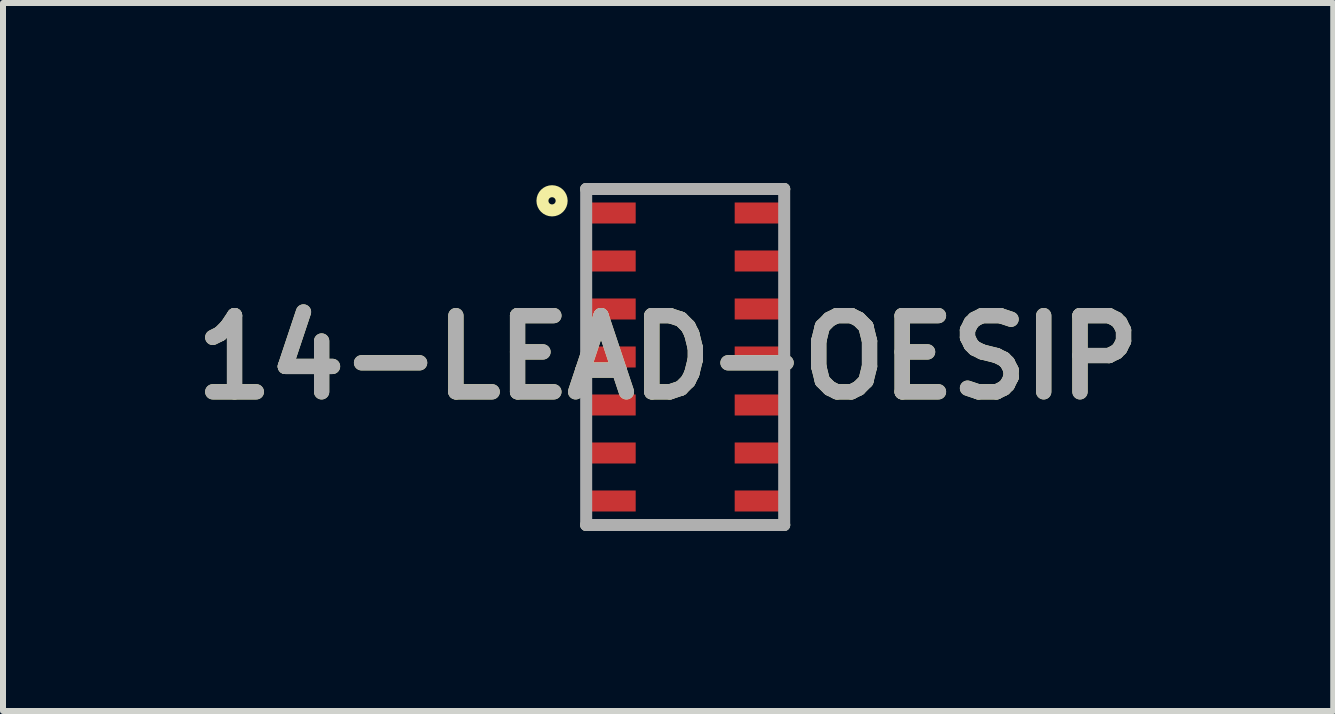
<source format=kicad_pcb>
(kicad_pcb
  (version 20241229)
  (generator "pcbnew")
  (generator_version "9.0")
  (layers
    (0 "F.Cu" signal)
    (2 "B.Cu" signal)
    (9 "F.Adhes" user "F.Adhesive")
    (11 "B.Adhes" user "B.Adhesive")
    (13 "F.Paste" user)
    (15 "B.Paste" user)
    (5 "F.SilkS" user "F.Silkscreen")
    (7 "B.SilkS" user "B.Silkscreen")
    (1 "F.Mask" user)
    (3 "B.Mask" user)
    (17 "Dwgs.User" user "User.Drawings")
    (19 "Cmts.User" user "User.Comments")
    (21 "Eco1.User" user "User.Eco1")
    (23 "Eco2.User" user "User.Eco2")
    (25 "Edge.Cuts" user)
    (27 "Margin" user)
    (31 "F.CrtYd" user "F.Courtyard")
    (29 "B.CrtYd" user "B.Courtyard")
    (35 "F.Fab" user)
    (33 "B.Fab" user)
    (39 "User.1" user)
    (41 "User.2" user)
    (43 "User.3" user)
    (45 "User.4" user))
  (footprint "14-LEAD-OESIP"
    (layer "F.Cu")
    (at 8.37 2.9)
    (property "Reference" "14-LEAD-OESIP" (at -0.284 0.006 0) (layer "F.SilkS") (effects (font (size 1.27 1.27) (thickness 0.254))))
    (attr smd)
    (fp_line (start -1.65 -2.8) (end 1.65 -2.8) (stroke (width 0.2) (type solid)) (layer "F.SilkS"))
    (fp_line (start 1.65 2.8) (end -1.65 2.8) (stroke (width 0.2) (type solid)) (layer "F.SilkS"))
    (fp_circle (center -2.219 -2.603) (end -2.219 -2.543) (stroke (width 0.2) (type solid)) (fill no) (layer "F.SilkS"))
    (fp_line (start -1.65 -2.8) (end 1.65 -2.8) (stroke (width 0.2) (type solid)) (layer "F.Fab"))
    (fp_line (start -1.65 2.8) (end -1.65 -2.8) (stroke (width 0.2) (type solid)) (layer "F.Fab"))
    (fp_line (start 1.65 -2.8) (end 1.65 2.8) (stroke (width 0.2) (type solid)) (layer "F.Fab"))
    (fp_line (start 1.65 2.8) (end -1.65 2.8) (stroke (width 0.2) (type solid)) (layer "F.Fab"))
    (fp_text user "${REFERENCE}" (at -0.284 0.006 0) (layer "F.Fab") (effects (font (size 1.27 1.27) (thickness 0.254))))
    (pad "1" smd rect (at -1.2 -2.4 90) (size 0.35 0.75) (layers "F.Cu" "F.Mask" "F.Paste"))
    (pad "2" smd rect (at -1.2 -1.6 90) (size 0.35 0.75) (layers "F.Cu" "F.Mask" "F.Paste"))
    (pad "3" smd rect (at -1.2 -0.8 90) (size 0.35 0.75) (layers "F.Cu" "F.Mask" "F.Paste"))
    (pad "4" smd rect (at -1.2 0 90) (size 0.35 0.75) (layers "F.Cu" "F.Mask" "F.Paste"))
    (pad "5" smd rect (at -1.2 0.8 90) (size 0.35 0.75) (layers "F.Cu" "F.Mask" "F.Paste"))
    (pad "6" smd rect (at -1.2 1.6 90) (size 0.35 0.75) (layers "F.Cu" "F.Mask" "F.Paste"))
    (pad "7" smd rect (at -1.2 2.4 90) (size 0.35 0.75) (layers "F.Cu" "F.Mask" "F.Paste"))
    (pad "8" smd rect (at 1.2 2.4 90) (size 0.35 0.75) (layers "F.Cu" "F.Mask" "F.Paste"))
    (pad "9" smd rect (at 1.2 1.6 90) (size 0.35 0.75) (layers "F.Cu" "F.Mask" "F.Paste"))
    (pad "10" smd rect (at 1.2 0.8 90) (size 0.35 0.75) (layers "F.Cu" "F.Mask" "F.Paste"))
    (pad "11" smd rect (at 1.2 0 90) (size 0.35 0.75) (layers "F.Cu" "F.Mask" "F.Paste"))
    (pad "12" smd rect (at 1.2 -0.8 90) (size 0.35 0.75) (layers "F.Cu" "F.Mask" "F.Paste"))
    (pad "13" smd rect (at 1.2 -1.6 90) (size 0.35 0.75) (layers "F.Cu" "F.Mask" "F.Paste"))
    (pad "14" smd rect (at 1.2 -2.4 90) (size 0.35 0.75) (layers "F.Cu" "F.Mask" "F.Paste")))
  (gr_rect
    (start -3 -3)
    (end 19.171 8.8)
    (stroke (width 0.1) (type default))
    (fill no)
    (layer "Edge.Cuts")))
</source>
